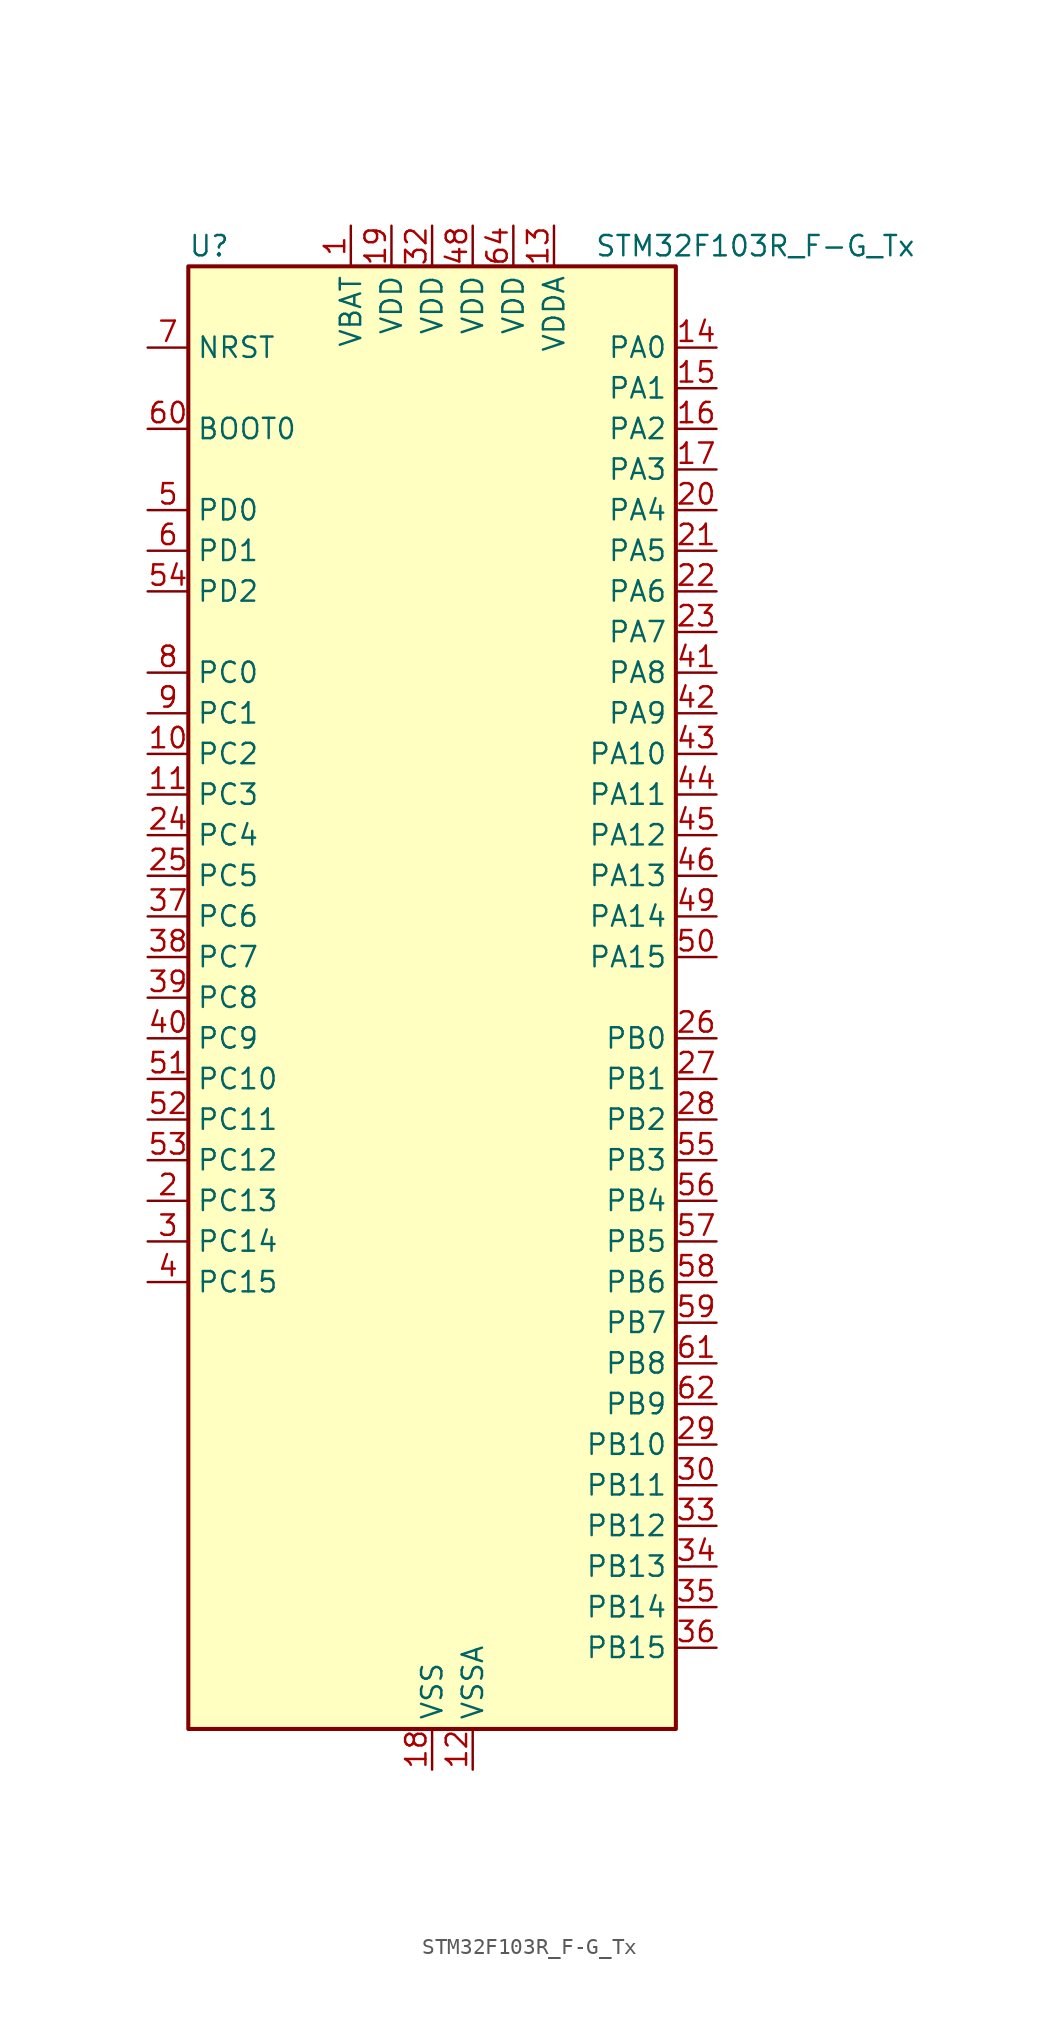
<source format=kicad_sym>
(kicad_symbol_lib
  (version 20241209)
  (generator "kicad_symbol_editor")
  (generator_version "9.0")
  (symbol "STM32F103R_F-G_Tx"
    (property "Reference" "U"
      (at -15.24 46.99 0)
      (effects (font (size 1.27 1.27)) (justify left)))
    (property "Value" "STM32F103R_F-G_Tx"
      (at 10.16 46.99 0)
      (effects (font (size 1.27 1.27)) (justify left)))
    (symbol "STM32F103R_F-G_Tx_0_1"
      (rectangle (start -15.24 -45.72) (end 15.24 45.72) (stroke (width 0.254) (type default)) (fill (type background))))
    (symbol "STM32F103R_F-G_Tx_1_1"
      (pin input line (at -17.78 40.64 0) (length 2.54) (name "NRST" (effects (font (size 1.27 1.27)))) (number "7" (effects (font (size 1.27 1.27)))))
      (pin input line (at -17.78 35.56 0) (length 2.54) (name "BOOT0" (effects (font (size 1.27 1.27)))) (number "60" (effects (font (size 1.27 1.27)))))
      (pin bidirectional line (at -17.78 30.48 0) (length 2.54) (name "PD0" (effects (font (size 1.27 1.27)))) (number "5" (effects (font (size 1.27 1.27)))) (alternate "RCC_OSC_IN" bidirectional line))
      (pin bidirectional line (at -17.78 27.94 0) (length 2.54) (name "PD1" (effects (font (size 1.27 1.27)))) (number "6" (effects (font (size 1.27 1.27)))) (alternate "RCC_OSC_OUT" bidirectional line))
      (pin bidirectional line (at -17.78 25.4 0) (length 2.54) (name "PD2" (effects (font (size 1.27 1.27)))) (number "54" (effects (font (size 1.27 1.27)))) (alternate "SDIO_CMD" bidirectional line) (alternate "TIM3_ETR" bidirectional line) (alternate "UART5_RX" bidirectional line))
      (pin bidirectional line (at -17.78 20.32 0) (length 2.54) (name "PC0" (effects (font (size 1.27 1.27)))) (number "8" (effects (font (size 1.27 1.27)))) (alternate "ADC1_IN10" bidirectional line) (alternate "ADC2_IN10" bidirectional line) (alternate "ADC3_IN10" bidirectional line))
      (pin bidirectional line (at -17.78 17.78 0) (length 2.54) (name "PC1" (effects (font (size 1.27 1.27)))) (number "9" (effects (font (size 1.27 1.27)))) (alternate "ADC1_IN11" bidirectional line) (alternate "ADC2_IN11" bidirectional line) (alternate "ADC3_IN11" bidirectional line))
      (pin bidirectional line (at -17.78 15.24 0) (length 2.54) (name "PC2" (effects (font (size 1.27 1.27)))) (number "10" (effects (font (size 1.27 1.27)))) (alternate "ADC1_IN12" bidirectional line) (alternate "ADC2_IN12" bidirectional line) (alternate "ADC3_IN12" bidirectional line))
      (pin bidirectional line (at -17.78 12.7 0) (length 2.54) (name "PC3" (effects (font (size 1.27 1.27)))) (number "11" (effects (font (size 1.27 1.27)))) (alternate "ADC1_IN13" bidirectional line) (alternate "ADC2_IN13" bidirectional line) (alternate "ADC3_IN13" bidirectional line))
      (pin bidirectional line (at -17.78 10.16 0) (length 2.54) (name "PC4" (effects (font (size 1.27 1.27)))) (number "24" (effects (font (size 1.27 1.27)))) (alternate "ADC1_IN14" bidirectional line) (alternate "ADC2_IN14" bidirectional line))
      (pin bidirectional line (at -17.78 7.62 0) (length 2.54) (name "PC5" (effects (font (size 1.27 1.27)))) (number "25" (effects (font (size 1.27 1.27)))) (alternate "ADC1_IN15" bidirectional line) (alternate "ADC2_IN15" bidirectional line))
      (pin bidirectional line (at -17.78 5.08 0) (length 2.54) (name "PC6" (effects (font (size 1.27 1.27)))) (number "37" (effects (font (size 1.27 1.27)))) (alternate "I2S2_MCK" bidirectional line) (alternate "SDIO_D6" bidirectional line) (alternate "TIM3_CH1" bidirectional line) (alternate "TIM8_CH1" bidirectional line))
      (pin bidirectional line (at -17.78 2.54 0) (length 2.54) (name "PC7" (effects (font (size 1.27 1.27)))) (number "38" (effects (font (size 1.27 1.27)))) (alternate "I2S3_MCK" bidirectional line) (alternate "SDIO_D7" bidirectional line) (alternate "TIM3_CH2" bidirectional line) (alternate "TIM8_CH2" bidirectional line))
      (pin bidirectional line (at -17.78 0 0) (length 2.54) (name "PC8" (effects (font (size 1.27 1.27)))) (number "39" (effects (font (size 1.27 1.27)))) (alternate "SDIO_D0" bidirectional line) (alternate "TIM3_CH3" bidirectional line) (alternate "TIM8_CH3" bidirectional line))
      (pin bidirectional line (at -17.78 -2.54 0) (length 2.54) (name "PC9" (effects (font (size 1.27 1.27)))) (number "40" (effects (font (size 1.27 1.27)))) (alternate "DAC_EXTI9" bidirectional line) (alternate "SDIO_D1" bidirectional line) (alternate "TIM3_CH4" bidirectional line) (alternate "TIM8_CH4" bidirectional line))
      (pin bidirectional line (at -17.78 -5.08 0) (length 2.54) (name "PC10" (effects (font (size 1.27 1.27)))) (number "51" (effects (font (size 1.27 1.27)))) (alternate "SDIO_D2" bidirectional line) (alternate "UART4_TX" bidirectional line) (alternate "USART3_TX" bidirectional line))
      (pin bidirectional line (at -17.78 -7.62 0) (length 2.54) (name "PC11" (effects (font (size 1.27 1.27)))) (number "52" (effects (font (size 1.27 1.27)))) (alternate "ADC1_EXTI11" bidirectional line) (alternate "ADC2_EXTI11" bidirectional line) (alternate "SDIO_D3" bidirectional line) (alternate "UART4_RX" bidirectional line) (alternate "USART3_RX" bidirectional line))
      (pin bidirectional line (at -17.78 -10.16 0) (length 2.54) (name "PC12" (effects (font (size 1.27 1.27)))) (number "53" (effects (font (size 1.27 1.27)))) (alternate "SDIO_CK" bidirectional line) (alternate "UART5_TX" bidirectional line) (alternate "USART3_CK" bidirectional line))
      (pin bidirectional line (at -17.78 -12.7 0) (length 2.54) (name "PC13" (effects (font (size 1.27 1.27)))) (number "2" (effects (font (size 1.27 1.27)))) (alternate "RTC_OUT" bidirectional line) (alternate "RTC_TAMPER" bidirectional line))
      (pin bidirectional line (at -17.78 -15.24 0) (length 2.54) (name "PC14" (effects (font (size 1.27 1.27)))) (number "3" (effects (font (size 1.27 1.27)))) (alternate "RCC_OSC32_IN" bidirectional line))
      (pin bidirectional line (at -17.78 -17.78 0) (length 2.54) (name "PC15" (effects (font (size 1.27 1.27)))) (number "4" (effects (font (size 1.27 1.27)))) (alternate "ADC1_EXTI15" bidirectional line) (alternate "ADC2_EXTI15" bidirectional line) (alternate "RCC_OSC32_OUT" bidirectional line))
      (pin power_in line (at -5.08 48.26 270) (length 2.54) (name "VBAT" (effects (font (size 1.27 1.27)))) (number "1" (effects (font (size 1.27 1.27)))))
      (pin power_in line (at -2.54 48.26 270) (length 2.54) (name "VDD" (effects (font (size 1.27 1.27)))) (number "19" (effects (font (size 1.27 1.27)))))
      (pin power_in line (at 0 48.26 270) (length 2.54) (name "VDD" (effects (font (size 1.27 1.27)))) (number "32" (effects (font (size 1.27 1.27)))))
      (pin power_in line (at 0 -48.26 90) (length 2.54) (name "VSS" (effects (font (size 1.27 1.27)))) (number "18" (effects (font (size 1.27 1.27)))))
      (pin passive line (at 0 -48.26 90) (length 2.54) (hide yes) (name "VSS" (effects (font (size 1.27 1.27)))) (number "31" (effects (font (size 1.27 1.27)))))
      (pin passive line (at 0 -48.26 90) (length 2.54) (hide yes) (name "VSS" (effects (font (size 1.27 1.27)))) (number "47" (effects (font (size 1.27 1.27)))))
      (pin passive line (at 0 -48.26 90) (length 2.54) (hide yes) (name "VSS" (effects (font (size 1.27 1.27)))) (number "63" (effects (font (size 1.27 1.27)))))
      (pin power_in line (at 2.54 48.26 270) (length 2.54) (name "VDD" (effects (font (size 1.27 1.27)))) (number "48" (effects (font (size 1.27 1.27)))))
      (pin power_in line (at 2.54 -48.26 90) (length 2.54) (name "VSSA" (effects (font (size 1.27 1.27)))) (number "12" (effects (font (size 1.27 1.27)))))
      (pin power_in line (at 5.08 48.26 270) (length 2.54) (name "VDD" (effects (font (size 1.27 1.27)))) (number "64" (effects (font (size 1.27 1.27)))))
      (pin power_in line (at 7.62 48.26 270) (length 2.54) (name "VDDA" (effects (font (size 1.27 1.27)))) (number "13" (effects (font (size 1.27 1.27)))))
      (pin bidirectional line (at 17.78 40.64 180) (length 2.54) (name "PA0" (effects (font (size 1.27 1.27)))) (number "14" (effects (font (size 1.27 1.27)))) (alternate "ADC1_IN0" bidirectional line) (alternate "ADC2_IN0" bidirectional line) (alternate "ADC3_IN0" bidirectional line) (alternate "SYS_WKUP" bidirectional line) (alternate "TIM2_CH1" bidirectional line) (alternate "TIM2_ETR" bidirectional line) (alternate "TIM5_CH1" bidirectional line) (alternate "TIM8_ETR" bidirectional line) (alternate "USART2_CTS" bidirectional line))
      (pin bidirectional line (at 17.78 38.1 180) (length 2.54) (name "PA1" (effects (font (size 1.27 1.27)))) (number "15" (effects (font (size 1.27 1.27)))) (alternate "ADC1_IN1" bidirectional line) (alternate "ADC2_IN1" bidirectional line) (alternate "ADC3_IN1" bidirectional line) (alternate "TIM2_CH2" bidirectional line) (alternate "TIM5_CH2" bidirectional line) (alternate "USART2_RTS" bidirectional line))
      (pin bidirectional line (at 17.78 35.56 180) (length 2.54) (name "PA2" (effects (font (size 1.27 1.27)))) (number "16" (effects (font (size 1.27 1.27)))) (alternate "ADC1_IN2" bidirectional line) (alternate "ADC2_IN2" bidirectional line) (alternate "ADC3_IN2" bidirectional line) (alternate "TIM2_CH3" bidirectional line) (alternate "TIM5_CH3" bidirectional line) (alternate "TIM9_CH1" bidirectional line) (alternate "USART2_TX" bidirectional line))
      (pin bidirectional line (at 17.78 33.02 180) (length 2.54) (name "PA3" (effects (font (size 1.27 1.27)))) (number "17" (effects (font (size 1.27 1.27)))) (alternate "ADC1_IN3" bidirectional line) (alternate "ADC2_IN3" bidirectional line) (alternate "ADC3_IN3" bidirectional line) (alternate "TIM2_CH4" bidirectional line) (alternate "TIM5_CH4" bidirectional line) (alternate "TIM9_CH2" bidirectional line) (alternate "USART2_RX" bidirectional line))
      (pin bidirectional line (at 17.78 30.48 180) (length 2.54) (name "PA4" (effects (font (size 1.27 1.27)))) (number "20" (effects (font (size 1.27 1.27)))) (alternate "ADC1_IN4" bidirectional line) (alternate "ADC2_IN4" bidirectional line) (alternate "DAC_OUT1" bidirectional line) (alternate "SPI1_NSS" bidirectional line) (alternate "USART2_CK" bidirectional line))
      (pin bidirectional line (at 17.78 27.94 180) (length 2.54) (name "PA5" (effects (font (size 1.27 1.27)))) (number "21" (effects (font (size 1.27 1.27)))) (alternate "ADC1_IN5" bidirectional line) (alternate "ADC2_IN5" bidirectional line) (alternate "DAC_OUT2" bidirectional line) (alternate "SPI1_SCK" bidirectional line))
      (pin bidirectional line (at 17.78 25.4 180) (length 2.54) (name "PA6" (effects (font (size 1.27 1.27)))) (number "22" (effects (font (size 1.27 1.27)))) (alternate "ADC1_IN6" bidirectional line) (alternate "ADC2_IN6" bidirectional line) (alternate "SPI1_MISO" bidirectional line) (alternate "TIM13_CH1" bidirectional line) (alternate "TIM1_BKIN" bidirectional line) (alternate "TIM3_CH1" bidirectional line) (alternate "TIM8_BKIN" bidirectional line))
      (pin bidirectional line (at 17.78 22.86 180) (length 2.54) (name "PA7" (effects (font (size 1.27 1.27)))) (number "23" (effects (font (size 1.27 1.27)))) (alternate "ADC1_IN7" bidirectional line) (alternate "ADC2_IN7" bidirectional line) (alternate "SPI1_MOSI" bidirectional line) (alternate "TIM14_CH1" bidirectional line) (alternate "TIM1_CH1N" bidirectional line) (alternate "TIM3_CH2" bidirectional line) (alternate "TIM8_CH1N" bidirectional line))
      (pin bidirectional line (at 17.78 20.32 180) (length 2.54) (name "PA8" (effects (font (size 1.27 1.27)))) (number "41" (effects (font (size 1.27 1.27)))) (alternate "RCC_MCO" bidirectional line) (alternate "TIM1_CH1" bidirectional line) (alternate "USART1_CK" bidirectional line))
      (pin bidirectional line (at 17.78 17.78 180) (length 2.54) (name "PA9" (effects (font (size 1.27 1.27)))) (number "42" (effects (font (size 1.27 1.27)))) (alternate "DAC_EXTI9" bidirectional line) (alternate "TIM1_CH2" bidirectional line) (alternate "USART1_TX" bidirectional line))
      (pin bidirectional line (at 17.78 15.24 180) (length 2.54) (name "PA10" (effects (font (size 1.27 1.27)))) (number "43" (effects (font (size 1.27 1.27)))) (alternate "TIM1_CH3" bidirectional line) (alternate "USART1_RX" bidirectional line))
      (pin bidirectional line (at 17.78 12.7 180) (length 2.54) (name "PA11" (effects (font (size 1.27 1.27)))) (number "44" (effects (font (size 1.27 1.27)))) (alternate "ADC1_EXTI11" bidirectional line) (alternate "ADC2_EXTI11" bidirectional line) (alternate "CAN_RX" bidirectional line) (alternate "TIM1_CH4" bidirectional line) (alternate "USART1_CTS" bidirectional line) (alternate "USB_DM" bidirectional line))
      (pin bidirectional line (at 17.78 10.16 180) (length 2.54) (name "PA12" (effects (font (size 1.27 1.27)))) (number "45" (effects (font (size 1.27 1.27)))) (alternate "CAN_TX" bidirectional line) (alternate "TIM1_ETR" bidirectional line) (alternate "USART1_RTS" bidirectional line) (alternate "USB_DP" bidirectional line))
      (pin bidirectional line (at 17.78 7.62 180) (length 2.54) (name "PA13" (effects (font (size 1.27 1.27)))) (number "46" (effects (font (size 1.27 1.27)))) (alternate "SYS_JTMS-SWDIO" bidirectional line))
      (pin bidirectional line (at 17.78 5.08 180) (length 2.54) (name "PA14" (effects (font (size 1.27 1.27)))) (number "49" (effects (font (size 1.27 1.27)))) (alternate "SYS_JTCK-SWCLK" bidirectional line))
      (pin bidirectional line (at 17.78 2.54 180) (length 2.54) (name "PA15" (effects (font (size 1.27 1.27)))) (number "50" (effects (font (size 1.27 1.27)))) (alternate "ADC1_EXTI15" bidirectional line) (alternate "ADC2_EXTI15" bidirectional line) (alternate "I2S3_WS" bidirectional line) (alternate "SPI1_NSS" bidirectional line) (alternate "SPI3_NSS" bidirectional line) (alternate "SYS_JTDI" bidirectional line) (alternate "TIM2_CH1" bidirectional line) (alternate "TIM2_ETR" bidirectional line))
      (pin bidirectional line (at 17.78 -2.54 180) (length 2.54) (name "PB0" (effects (font (size 1.27 1.27)))) (number "26" (effects (font (size 1.27 1.27)))) (alternate "ADC1_IN8" bidirectional line) (alternate "ADC2_IN8" bidirectional line) (alternate "TIM1_CH2N" bidirectional line) (alternate "TIM3_CH3" bidirectional line) (alternate "TIM8_CH2N" bidirectional line))
      (pin bidirectional line (at 17.78 -5.08 180) (length 2.54) (name "PB1" (effects (font (size 1.27 1.27)))) (number "27" (effects (font (size 1.27 1.27)))) (alternate "ADC1_IN9" bidirectional line) (alternate "ADC2_IN9" bidirectional line) (alternate "TIM1_CH3N" bidirectional line) (alternate "TIM3_CH4" bidirectional line) (alternate "TIM8_CH3N" bidirectional line))
      (pin bidirectional line (at 17.78 -7.62 180) (length 2.54) (name "PB2" (effects (font (size 1.27 1.27)))) (number "28" (effects (font (size 1.27 1.27)))))
      (pin bidirectional line (at 17.78 -10.16 180) (length 2.54) (name "PB3" (effects (font (size 1.27 1.27)))) (number "55" (effects (font (size 1.27 1.27)))) (alternate "I2S3_CK" bidirectional line) (alternate "SPI1_SCK" bidirectional line) (alternate "SPI3_SCK" bidirectional line) (alternate "SYS_JTDO-TRACESWO" bidirectional line) (alternate "TIM2_CH2" bidirectional line))
      (pin bidirectional line (at 17.78 -12.7 180) (length 2.54) (name "PB4" (effects (font (size 1.27 1.27)))) (number "56" (effects (font (size 1.27 1.27)))) (alternate "SPI1_MISO" bidirectional line) (alternate "SPI3_MISO" bidirectional line) (alternate "SYS_NJTRST" bidirectional line) (alternate "TIM3_CH1" bidirectional line))
      (pin bidirectional line (at 17.78 -15.24 180) (length 2.54) (name "PB5" (effects (font (size 1.27 1.27)))) (number "57" (effects (font (size 1.27 1.27)))) (alternate "I2C1_SMBA" bidirectional line) (alternate "I2S3_SD" bidirectional line) (alternate "SPI1_MOSI" bidirectional line) (alternate "SPI3_MOSI" bidirectional line) (alternate "TIM3_CH2" bidirectional line))
      (pin bidirectional line (at 17.78 -17.78 180) (length 2.54) (name "PB6" (effects (font (size 1.27 1.27)))) (number "58" (effects (font (size 1.27 1.27)))) (alternate "I2C1_SCL" bidirectional line) (alternate "TIM4_CH1" bidirectional line) (alternate "USART1_TX" bidirectional line))
      (pin bidirectional line (at 17.78 -20.32 180) (length 2.54) (name "PB7" (effects (font (size 1.27 1.27)))) (number "59" (effects (font (size 1.27 1.27)))) (alternate "I2C1_SDA" bidirectional line) (alternate "TIM4_CH2" bidirectional line) (alternate "USART1_RX" bidirectional line))
      (pin bidirectional line (at 17.78 -22.86 180) (length 2.54) (name "PB8" (effects (font (size 1.27 1.27)))) (number "61" (effects (font (size 1.27 1.27)))) (alternate "CAN_RX" bidirectional line) (alternate "I2C1_SCL" bidirectional line) (alternate "SDIO_D4" bidirectional line) (alternate "TIM10_CH1" bidirectional line) (alternate "TIM4_CH3" bidirectional line))
      (pin bidirectional line (at 17.78 -25.4 180) (length 2.54) (name "PB9" (effects (font (size 1.27 1.27)))) (number "62" (effects (font (size 1.27 1.27)))) (alternate "CAN_TX" bidirectional line) (alternate "DAC_EXTI9" bidirectional line) (alternate "I2C1_SDA" bidirectional line) (alternate "SDIO_D5" bidirectional line) (alternate "TIM11_CH1" bidirectional line) (alternate "TIM4_CH4" bidirectional line))
      (pin bidirectional line (at 17.78 -27.94 180) (length 2.54) (name "PB10" (effects (font (size 1.27 1.27)))) (number "29" (effects (font (size 1.27 1.27)))) (alternate "I2C2_SCL" bidirectional line) (alternate "TIM2_CH3" bidirectional line) (alternate "USART3_TX" bidirectional line))
      (pin bidirectional line (at 17.78 -30.48 180) (length 2.54) (name "PB11" (effects (font (size 1.27 1.27)))) (number "30" (effects (font (size 1.27 1.27)))) (alternate "ADC1_EXTI11" bidirectional line) (alternate "ADC2_EXTI11" bidirectional line) (alternate "I2C2_SDA" bidirectional line) (alternate "TIM2_CH4" bidirectional line) (alternate "USART3_RX" bidirectional line))
      (pin bidirectional line (at 17.78 -33.02 180) (length 2.54) (name "PB12" (effects (font (size 1.27 1.27)))) (number "33" (effects (font (size 1.27 1.27)))) (alternate "I2C2_SMBA" bidirectional line) (alternate "I2S2_WS" bidirectional line) (alternate "SPI2_NSS" bidirectional line) (alternate "TIM1_BKIN" bidirectional line) (alternate "USART3_CK" bidirectional line))
      (pin bidirectional line (at 17.78 -35.56 180) (length 2.54) (name "PB13" (effects (font (size 1.27 1.27)))) (number "34" (effects (font (size 1.27 1.27)))) (alternate "I2S2_CK" bidirectional line) (alternate "SPI2_SCK" bidirectional line) (alternate "TIM1_CH1N" bidirectional line) (alternate "USART3_CTS" bidirectional line))
      (pin bidirectional line (at 17.78 -38.1 180) (length 2.54) (name "PB14" (effects (font (size 1.27 1.27)))) (number "35" (effects (font (size 1.27 1.27)))) (alternate "SPI2_MISO" bidirectional line) (alternate "TIM12_CH1" bidirectional line) (alternate "TIM1_CH2N" bidirectional line) (alternate "USART3_RTS" bidirectional line))
      (pin bidirectional line (at 17.78 -40.64 180) (length 2.54) (name "PB15" (effects (font (size 1.27 1.27)))) (number "36" (effects (font (size 1.27 1.27)))) (alternate "ADC1_EXTI15" bidirectional line) (alternate "ADC2_EXTI15" bidirectional line) (alternate "I2S2_SD" bidirectional line) (alternate "SPI2_MOSI" bidirectional line) (alternate "TIM12_CH2" bidirectional line) (alternate "TIM1_CH3N" bidirectional line)))))
</source>
